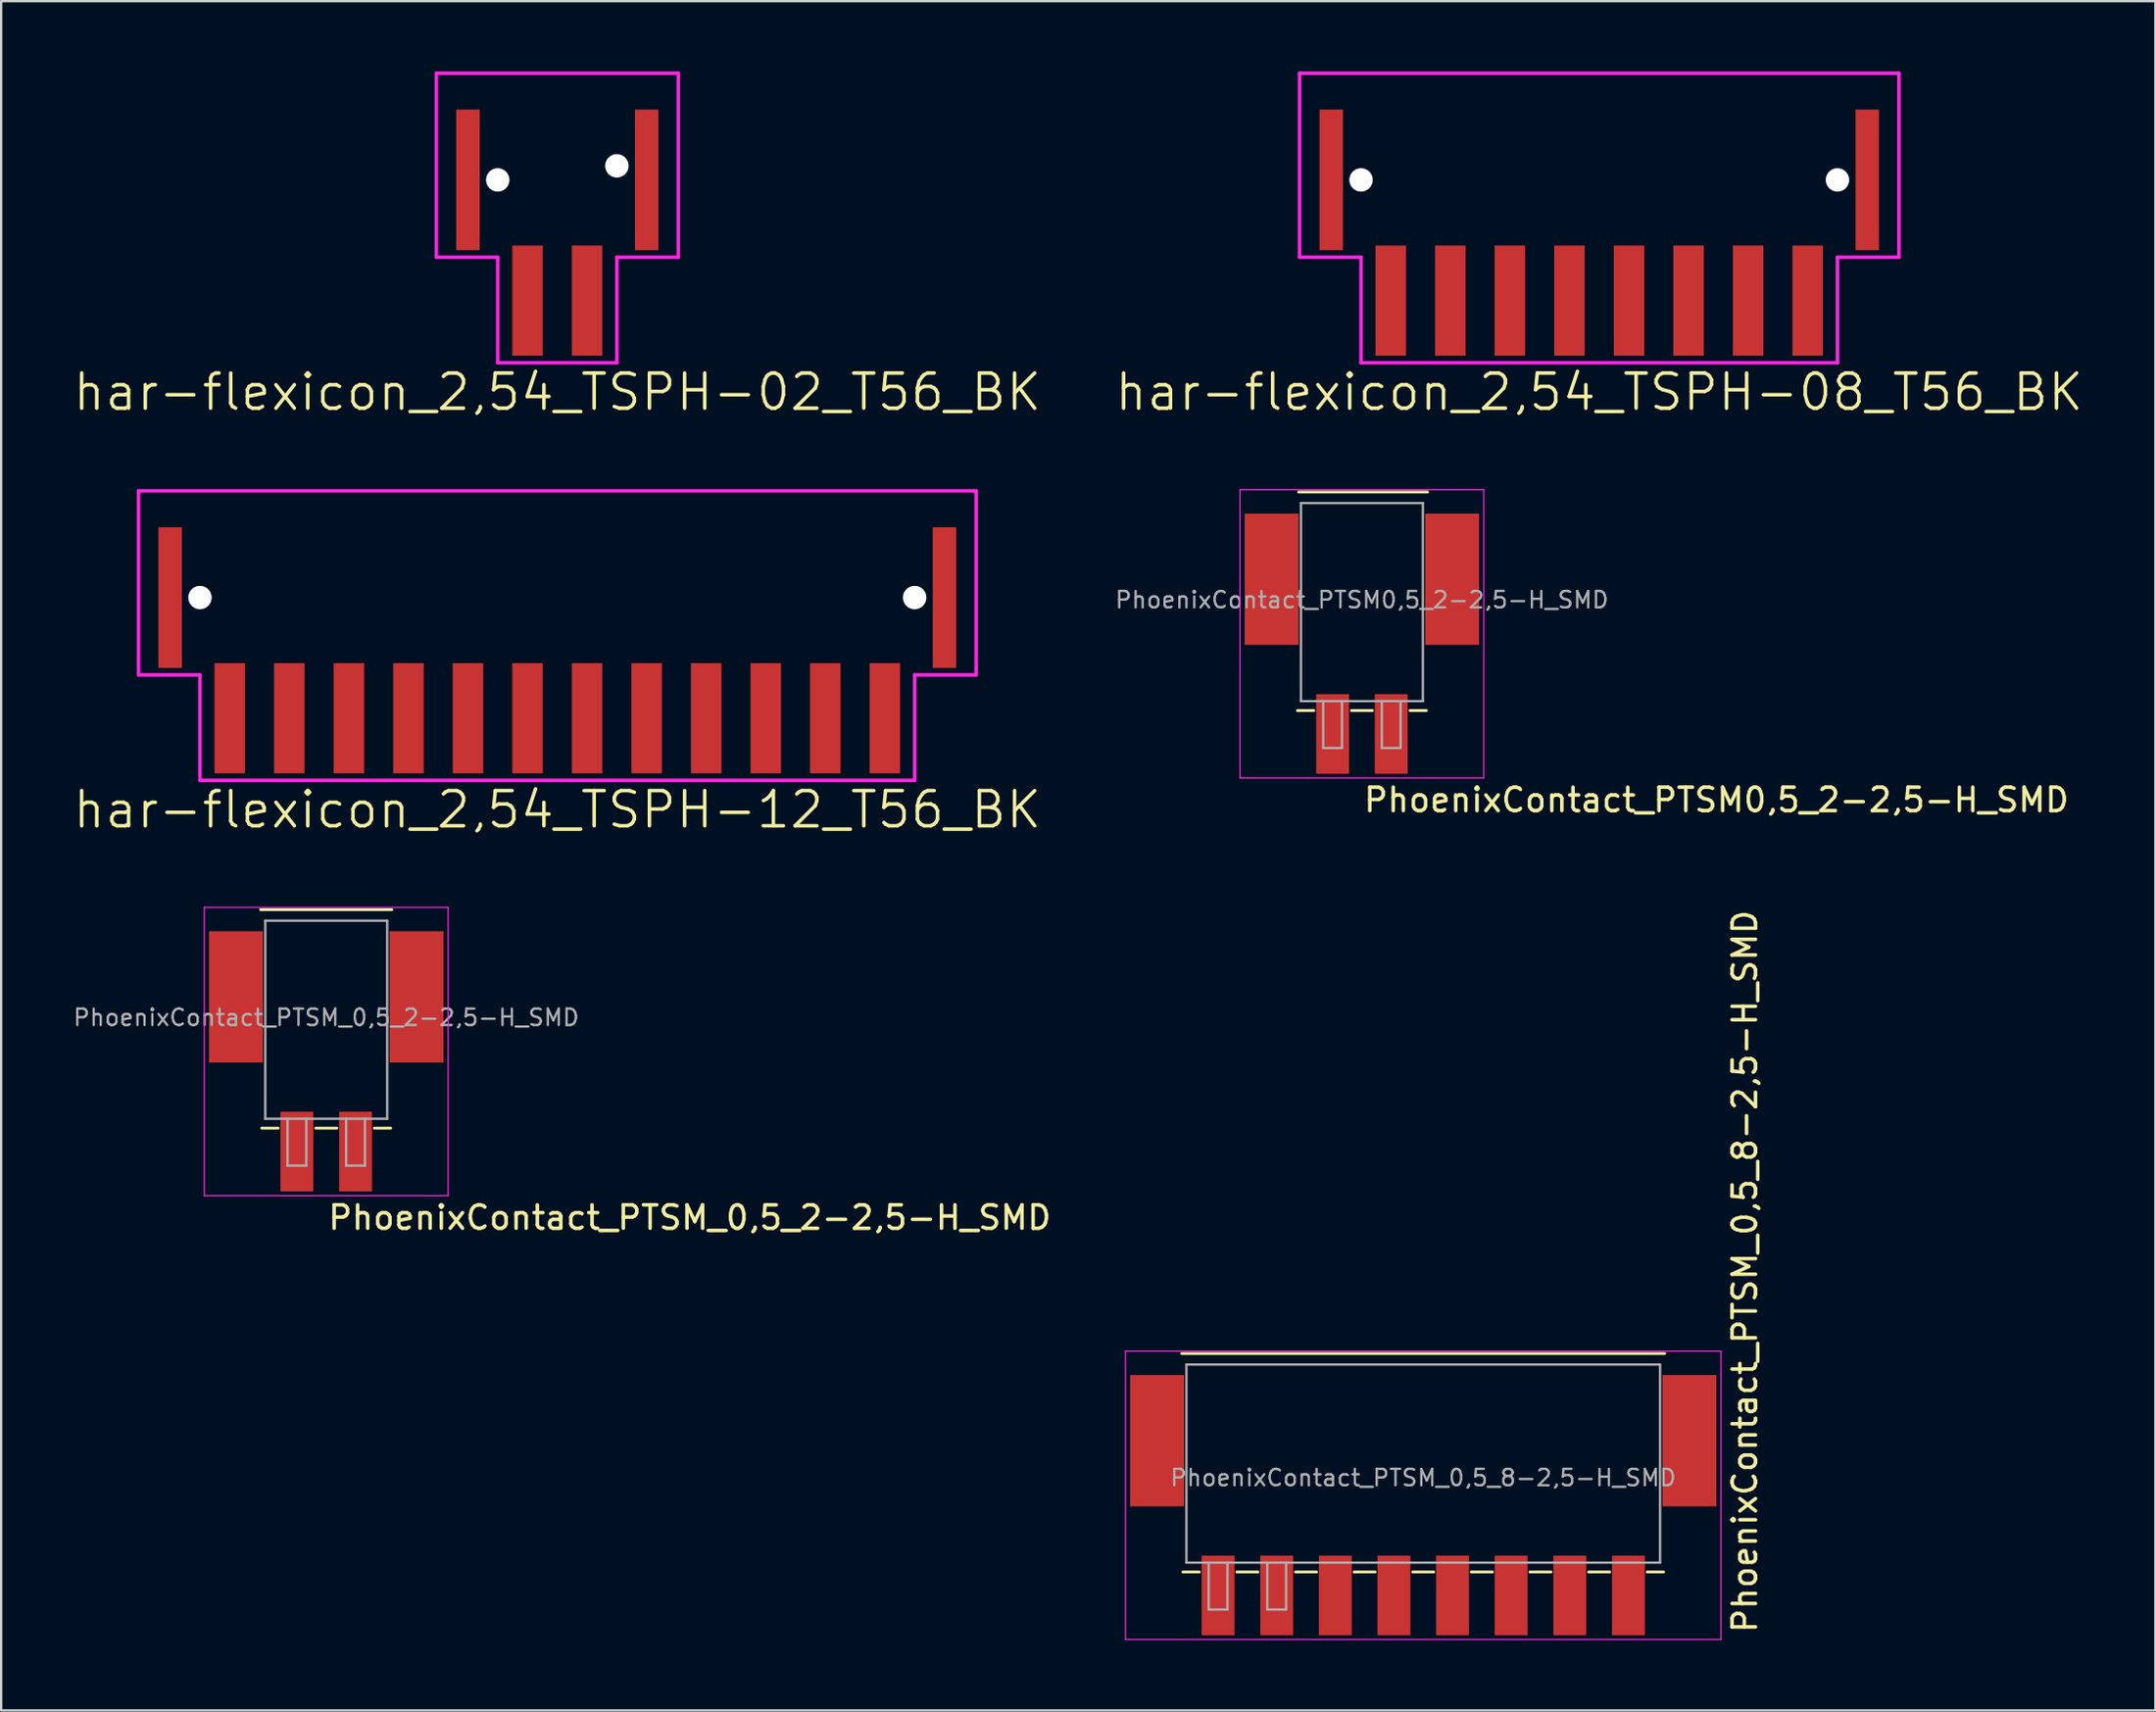
<source format=kicad_pcb>
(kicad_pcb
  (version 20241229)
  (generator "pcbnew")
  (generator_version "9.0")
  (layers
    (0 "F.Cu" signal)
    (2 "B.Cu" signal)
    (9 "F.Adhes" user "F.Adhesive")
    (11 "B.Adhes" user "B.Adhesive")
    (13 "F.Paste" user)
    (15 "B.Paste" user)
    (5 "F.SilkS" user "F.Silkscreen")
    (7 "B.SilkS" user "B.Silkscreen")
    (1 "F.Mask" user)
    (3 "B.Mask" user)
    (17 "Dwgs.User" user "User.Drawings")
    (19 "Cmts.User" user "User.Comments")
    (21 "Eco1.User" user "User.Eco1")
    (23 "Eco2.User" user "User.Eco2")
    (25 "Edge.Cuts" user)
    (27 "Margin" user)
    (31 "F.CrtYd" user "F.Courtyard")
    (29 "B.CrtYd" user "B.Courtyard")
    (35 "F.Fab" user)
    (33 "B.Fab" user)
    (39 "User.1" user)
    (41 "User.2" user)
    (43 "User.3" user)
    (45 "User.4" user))
  (footprint "har-flexicon_2,54_TSPH-02_T56_BK"
    (layer "F.Cu")
    (at 20.718 5.375)
    (property "Reference" "har-flexicon_2,54_TSPH-02_T56_BK" (at 0 8.3 0) (layer "F.SilkS") (effects (font (size 1.5 1.5) (thickness 0.15))))
    (attr through_hole)
    (fp_line (start -5.16 -5.3) (end 5.16 -5.3) (stroke (width 0.15) (type solid)) (layer "F.CrtYd"))
    (fp_line (start -5.16 2.55) (end -5.16 -5.3) (stroke (width 0.15) (type solid)) (layer "F.CrtYd"))
    (fp_line (start -5.16 2.55) (end -2.54 2.55) (stroke (width 0.15) (type solid)) (layer "F.CrtYd"))
    (fp_line (start -2.54 2.55) (end -2.54 7.05) (stroke (width 0.15) (type solid)) (layer "F.CrtYd"))
    (fp_line (start 2.54 2.55) (end 2.54 7.05) (stroke (width 0.15) (type solid)) (layer "F.CrtYd"))
    (fp_line (start 2.54 7.05) (end -2.54 7.05) (stroke (width 0.15) (type solid)) (layer "F.CrtYd"))
    (fp_line (start 5.16 2.55) (end 2.54 2.55) (stroke (width 0.15) (type solid)) (layer "F.CrtYd"))
    (fp_line (start 5.16 2.55) (end 5.16 -5.3) (stroke (width 0.15) (type solid)) (layer "F.CrtYd"))
    (pad "" smd rect (at -3.81 -0.75) (size 1 6) (layers "F.Cu" "F.Mask" "F.Paste"))
    (pad "" np_thru_hole circle (at -2.54 -0.75) (size 1 1) (drill 1) (layers "*.Cu" "*.Mask"))
    (pad "" np_thru_hole circle (at 2.54 -1.35) (size 1 1) (drill 1) (layers "*.Cu" "*.Mask"))
    (pad "" smd rect (at 3.81 -0.75) (size 1 6) (layers "F.Cu" "F.Mask" "F.Paste"))
    (pad "1" smd rect (at -1.27 4.4) (size 1.3 4.7) (layers "F.Cu" "F.Mask" "F.Paste"))
    (pad "2" smd rect (at 1.27 4.4) (size 1.3 4.7) (layers "F.Cu" "F.Mask" "F.Paste")))
  (footprint "har-flexicon_2,54_TSPH-08_T56_BK"
    (layer "F.Cu")
    (at 65.154 5.375)
    (property "Reference" "har-flexicon_2,54_TSPH-08_T56_BK" (at 0 8.3 0) (layer "F.SilkS") (effects (font (size 1.5 1.5) (thickness 0.15))))
    (attr through_hole)
    (fp_line (start -12.78 -5.3) (end 12.78 -5.3) (stroke (width 0.15) (type solid)) (layer "F.CrtYd"))
    (fp_line (start -12.78 2.55) (end -12.78 -5.3) (stroke (width 0.15) (type solid)) (layer "F.CrtYd"))
    (fp_line (start -12.78 2.55) (end -10.16 2.55) (stroke (width 0.15) (type solid)) (layer "F.CrtYd"))
    (fp_line (start -10.16 2.55) (end -10.16 7.05) (stroke (width 0.15) (type solid)) (layer "F.CrtYd"))
    (fp_line (start 10.16 2.55) (end 10.16 7.05) (stroke (width 0.15) (type solid)) (layer "F.CrtYd"))
    (fp_line (start 10.16 7.05) (end -10.16 7.05) (stroke (width 0.15) (type solid)) (layer "F.CrtYd"))
    (fp_line (start 12.78 2.55) (end 10.16 2.55) (stroke (width 0.15) (type solid)) (layer "F.CrtYd"))
    (fp_line (start 12.78 2.55) (end 12.78 -5.3) (stroke (width 0.15) (type solid)) (layer "F.CrtYd"))
    (pad "" smd rect (at -11.43 -0.75) (size 1 6) (layers "F.Cu" "F.Mask" "F.Paste"))
    (pad "" np_thru_hole circle (at -10.16 -0.75) (size 1 1) (drill 1) (layers "*.Cu" "*.Mask"))
    (pad "" np_thru_hole circle (at 10.16 -0.75) (size 1 1) (drill 1) (layers "*.Cu" "*.Mask"))
    (pad "" smd rect (at 11.43 -0.75) (size 1 6) (layers "F.Cu" "F.Mask" "F.Paste"))
    (pad "1" smd rect (at -8.89 4.4) (size 1.3 4.7) (layers "F.Cu" "F.Mask" "F.Paste"))
    (pad "2" smd rect (at -6.35 4.4) (size 1.3 4.7) (layers "F.Cu" "F.Mask" "F.Paste"))
    (pad "3" smd rect (at -3.81 4.4) (size 1.3 4.7) (layers "F.Cu" "F.Mask" "F.Paste"))
    (pad "4" smd rect (at -1.27 4.4) (size 1.3 4.7) (layers "F.Cu" "F.Mask" "F.Paste"))
    (pad "5" smd rect (at 1.27 4.4) (size 1.3 4.7) (layers "F.Cu" "F.Mask" "F.Paste"))
    (pad "6" smd rect (at 3.81 4.4) (size 1.3 4.7) (layers "F.Cu" "F.Mask" "F.Paste"))
    (pad "7" smd rect (at 6.35 4.4) (size 1.3 4.7) (layers "F.Cu" "F.Mask" "F.Paste"))
    (pad "8" smd rect (at 8.89 4.4) (size 1.3 4.7) (layers "F.Cu" "F.Mask" "F.Paste")))
  (footprint "PhoenixContact_PTSM_0,5_2-2,5-H_SMD"
    (layer "F.Cu")
    (at 10.863 41.056)
    (property "Reference" "PhoenixContact_PTSM_0,5_2-2,5-H_SMD" (at 0 8.42 0) (layer "F.SilkS") (effects (font (size 1 1) (thickness 0.15)) (justify left bottom)))
    (attr smd)
    (fp_line (start -2.8 -5.3) (end 2.8 -5.3) (stroke (width 0.12) (type solid)) (layer "F.SilkS"))
    (fp_line (start -2.05 4.02) (end -2.75 4.02) (stroke (width 0.12) (type solid)) (layer "F.SilkS"))
    (fp_line (start 0.45 4.02) (end -0.45 4.02) (stroke (width 0.12) (type solid)) (layer "F.SilkS"))
    (fp_line (start 2.75 4.02) (end 2.05 4.02) (stroke (width 0.12) (type solid)) (layer "F.SilkS"))
    (fp_line (start -5.2 -5.4) (end 5.2 -5.4) (stroke (width 0.05) (type solid)) (layer "F.CrtYd"))
    (fp_line (start -5.2 6.9) (end -5.2 -5.4) (stroke (width 0.05) (type solid)) (layer "F.CrtYd"))
    (fp_line (start 5.2 -5.4) (end 5.2 6.9) (stroke (width 0.05) (type solid)) (layer "F.CrtYd"))
    (fp_line (start 5.2 6.9) (end -5.2 6.9) (stroke (width 0.05) (type solid)) (layer "F.CrtYd"))
    (fp_line (start -2.6 -4.83) (end 2.6 -4.83) (stroke (width 0.1) (type solid)) (layer "F.Fab"))
    (fp_line (start -2.6 3.62) (end -2.6 -4.83) (stroke (width 0.1) (type solid)) (layer "F.Fab"))
    (fp_line (start -1.65 3.62) (end -1.65 5.62) (stroke (width 0.1) (type solid)) (layer "F.Fab"))
    (fp_line (start -1.65 5.62) (end -0.85 5.62) (stroke (width 0.1) (type solid)) (layer "F.Fab"))
    (fp_line (start -0.85 3.62) (end -0.85 5.62) (stroke (width 0.1) (type solid)) (layer "F.Fab"))
    (fp_line (start 0.85 5.62) (end 0.85 3.62) (stroke (width 0.1) (type solid)) (layer "F.Fab"))
    (fp_line (start 0.85 5.62) (end 1.65 5.62) (stroke (width 0.1) (type solid)) (layer "F.Fab"))
    (fp_line (start 1.65 5.62) (end 1.65 3.62) (stroke (width 0.1) (type solid)) (layer "F.Fab"))
    (fp_line (start 2.6 3.62) (end -2.6 3.62) (stroke (width 0.1) (type solid)) (layer "F.Fab"))
    (fp_line (start 2.6 3.62) (end 2.6 -4.83) (stroke (width 0.1) (type solid)) (layer "F.Fab"))
    (fp_text user "${REFERENCE}" (at 0 -0.7 0) (layer "F.Fab") (effects (font (size 0.7 0.7) (thickness 0.1))))
    (pad "" smd rect (at -3.85 -1.58 180) (size 2.3 5.6) (layers "F.Cu" "F.Mask" "F.Paste"))
    (pad "" smd rect (at 3.85 -1.58 180) (size 2.3 5.6) (layers "F.Cu" "F.Mask" "F.Paste"))
    (pad "1" smd rect (at -1.25 5.02 180) (size 1.4 3.4) (layers "F.Cu" "F.Mask" "F.Paste"))
    (pad "2" smd rect (at 1.25 5.02 180) (size 1.4 3.4) (layers "F.Cu" "F.Mask" "F.Paste")))
  (footprint "PhoenixContact_PTSM0,5_2-2,5-H_SMD"
    (layer "F.Cu")
    (at 55.032 23.241)
    (property "Reference" "PhoenixContact_PTSM0,5_2-2,5-H_SMD" (at 0 8.42 0) (layer "F.SilkS") (effects (font (size 1 1) (thickness 0.15)) (justify left bottom)))
    (attr smd)
    (fp_line (start -2.7 -5.3) (end 2.8 -5.3) (stroke (width 0.12) (type solid)) (layer "F.SilkS"))
    (fp_line (start -2.05 4.02) (end -2.75 4.02) (stroke (width 0.12) (type solid)) (layer "F.SilkS"))
    (fp_line (start 0.45 4.02) (end -0.45 4.02) (stroke (width 0.12) (type solid)) (layer "F.SilkS"))
    (fp_line (start 2.75 4.02) (end 2.05 4.02) (stroke (width 0.12) (type solid)) (layer "F.SilkS"))
    (fp_line (start -5.2 -5.4) (end 5.2 -5.4) (stroke (width 0.05) (type solid)) (layer "F.CrtYd"))
    (fp_line (start -5.2 6.9) (end -5.2 -5.4) (stroke (width 0.05) (type solid)) (layer "F.CrtYd"))
    (fp_line (start 5.2 -5.4) (end 5.2 6.9) (stroke (width 0.05) (type solid)) (layer "F.CrtYd"))
    (fp_line (start 5.2 6.9) (end -5.2 6.9) (stroke (width 0.05) (type solid)) (layer "F.CrtYd"))
    (fp_line (start -2.6 -4.83) (end 2.6 -4.83) (stroke (width 0.1) (type solid)) (layer "F.Fab"))
    (fp_line (start -2.6 3.62) (end -2.6 -4.83) (stroke (width 0.1) (type solid)) (layer "F.Fab"))
    (fp_line (start -1.65 3.62) (end -1.65 5.62) (stroke (width 0.1) (type solid)) (layer "F.Fab"))
    (fp_line (start -1.65 5.62) (end -0.85 5.62) (stroke (width 0.1) (type solid)) (layer "F.Fab"))
    (fp_line (start -0.85 3.62) (end -0.85 5.62) (stroke (width 0.1) (type solid)) (layer "F.Fab"))
    (fp_line (start 0.85 5.62) (end 0.85 3.62) (stroke (width 0.1) (type solid)) (layer "F.Fab"))
    (fp_line (start 0.85 5.62) (end 1.65 5.62) (stroke (width 0.1) (type solid)) (layer "F.Fab"))
    (fp_line (start 1.65 5.62) (end 1.65 3.62) (stroke (width 0.1) (type solid)) (layer "F.Fab"))
    (fp_line (start 2.6 3.62) (end -2.6 3.62) (stroke (width 0.1) (type solid)) (layer "F.Fab"))
    (fp_line (start 2.6 3.62) (end 2.6 -4.83) (stroke (width 0.1) (type solid)) (layer "F.Fab"))
    (fp_text user "${REFERENCE}" (at 0 -0.7 0) (layer "F.Fab") (effects (font (size 0.7 0.7) (thickness 0.1))))
    (pad "" smd rect (at -3.85 -1.58 180) (size 2.3 5.6) (layers "F.Cu" "F.Mask" "F.Paste"))
    (pad "" smd rect (at 3.85 -1.58 180) (size 2.3 5.6) (layers "F.Cu" "F.Mask" "F.Paste"))
    (pad "1" smd rect (at -1.25 5.02 180) (size 1.4 3.4) (layers "F.Cu" "F.Mask" "F.Paste"))
    (pad "2" smd rect (at 1.25 5.02 180) (size 1.4 3.4) (layers "F.Cu" "F.Mask" "F.Paste")))
  (footprint "PhoenixContact_PTSM_0,5_8-2,5-H_SMD"
    (layer "F.Cu")
    (at 57.648 59.991)
    (property "Reference" "PhoenixContact_PTSM_0,5_8-2,5-H_SMD" (at 14.3 6.7 90) (layer "F.SilkS") (effects (font (size 1 1) (thickness 0.15)) (justify left bottom)))
    (attr smd)
    (fp_line (start -10.3 -5.3) (end 10.3 -5.3) (stroke (width 0.12) (type solid)) (layer "F.SilkS"))
    (fp_line (start -9.55 4.02) (end -10.25 4.02) (stroke (width 0.12) (type solid)) (layer "F.SilkS"))
    (fp_line (start -7.05 4.02) (end -7.95 4.02) (stroke (width 0.12) (type solid)) (layer "F.SilkS"))
    (fp_line (start -4.55 4.02) (end -5.45 4.02) (stroke (width 0.12) (type solid)) (layer "F.SilkS"))
    (fp_line (start -2.05 4.02) (end -2.95 4.02) (stroke (width 0.12) (type solid)) (layer "F.SilkS"))
    (fp_line (start 0.45 4.02) (end -0.45 4.02) (stroke (width 0.12) (type solid)) (layer "F.SilkS"))
    (fp_line (start 2.95 4.02) (end 2.05 4.02) (stroke (width 0.12) (type solid)) (layer "F.SilkS"))
    (fp_line (start 5.45 4.02) (end 4.55 4.02) (stroke (width 0.12) (type solid)) (layer "F.SilkS"))
    (fp_line (start 7.95 4.02) (end 7.05 4.02) (stroke (width 0.12) (type solid)) (layer "F.SilkS"))
    (fp_line (start 10.25 4.02) (end 9.55 4.02) (stroke (width 0.12) (type solid)) (layer "F.SilkS"))
    (fp_line (start -12.7 -5.4) (end 12.7 -5.4) (stroke (width 0.05) (type solid)) (layer "F.CrtYd"))
    (fp_line (start -12.7 6.9) (end -12.7 -5.4) (stroke (width 0.05) (type solid)) (layer "F.CrtYd"))
    (fp_line (start 12.7 -5.4) (end 12.7 6.9) (stroke (width 0.05) (type solid)) (layer "F.CrtYd"))
    (fp_line (start 12.7 6.9) (end -12.7 6.9) (stroke (width 0.05) (type solid)) (layer "F.CrtYd"))
    (fp_line (start -10.1 -4.83) (end 10.1 -4.83) (stroke (width 0.1) (type solid)) (layer "F.Fab"))
    (fp_line (start -10.1 3.62) (end -10.1 -4.83) (stroke (width 0.1) (type solid)) (layer "F.Fab"))
    (fp_line (start -9.15 3.62) (end -9.15 5.62) (stroke (width 0.1) (type solid)) (layer "F.Fab"))
    (fp_line (start -9.15 5.62) (end -8.35 5.62) (stroke (width 0.1) (type solid)) (layer "F.Fab"))
    (fp_line (start -8.35 3.62) (end -8.35 5.62) (stroke (width 0.1) (type solid)) (layer "F.Fab"))
    (fp_line (start -6.65 5.62) (end -6.65 3.62) (stroke (width 0.1) (type solid)) (layer "F.Fab"))
    (fp_line (start -6.65 5.62) (end -5.85 5.62) (stroke (width 0.1) (type solid)) (layer "F.Fab"))
    (fp_line (start -5.85 5.62) (end -5.85 3.62) (stroke (width 0.1) (type solid)) (layer "F.Fab"))
    (fp_line (start 10.1 3.62) (end -10.1 3.62) (stroke (width 0.1) (type solid)) (layer "F.Fab"))
    (fp_line (start 10.1 3.62) (end 10.1 -4.83) (stroke (width 0.1) (type solid)) (layer "F.Fab"))
    (fp_text user "${REFERENCE}" (at 0 0 0) (layer "F.Fab") (effects (font (size 0.7 0.7) (thickness 0.1))))
    (pad "" smd rect (at -11.35 -1.58 180) (size 2.3 5.6) (layers "F.Cu" "F.Mask" "F.Paste"))
    (pad "" smd rect (at 11.35 -1.58 180) (size 2.3 5.6) (layers "F.Cu" "F.Mask" "F.Paste"))
    (pad "1" smd rect (at -8.75 5.02 180) (size 1.4 3.4) (layers "F.Cu" "F.Mask" "F.Paste"))
    (pad "2" smd rect (at -6.25 5.02 180) (size 1.4 3.4) (layers "F.Cu" "F.Mask" "F.Paste"))
    (pad "3" smd rect (at -3.75 5.02 180) (size 1.4 3.4) (layers "F.Cu" "F.Mask" "F.Paste"))
    (pad "4" smd rect (at -1.25 5.02 180) (size 1.4 3.4) (layers "F.Cu" "F.Mask" "F.Paste"))
    (pad "5" smd rect (at 1.25 5.02 180) (size 1.4 3.4) (layers "F.Cu" "F.Mask" "F.Paste"))
    (pad "6" smd rect (at 3.75 5.02 180) (size 1.4 3.4) (layers "F.Cu" "F.Mask" "F.Paste"))
    (pad "7" smd rect (at 6.25 5.02 180) (size 1.4 3.4) (layers "F.Cu" "F.Mask" "F.Paste"))
    (pad "8" smd rect (at 8.75 5.02 180) (size 1.4 3.4) (layers "F.Cu" "F.Mask" "F.Paste")))
  (footprint "har-flexicon_2,54_TSPH-12_T56_BK"
    (layer "F.Cu")
    (at 20.718 23.191)
    (property "Reference" "har-flexicon_2,54_TSPH-12_T56_BK" (at 0 8.3 0) (layer "F.SilkS") (effects (font (size 1.5 1.5) (thickness 0.15))))
    (attr through_hole)
    (fp_line (start -17.86 -5.3) (end 17.86 -5.3) (stroke (width 0.15) (type solid)) (layer "F.CrtYd"))
    (fp_line (start -17.86 2.55) (end -17.86 -5.3) (stroke (width 0.15) (type solid)) (layer "F.CrtYd"))
    (fp_line (start -17.86 2.55) (end -15.24 2.55) (stroke (width 0.15) (type solid)) (layer "F.CrtYd"))
    (fp_line (start -15.24 2.55) (end -15.24 7.05) (stroke (width 0.15) (type solid)) (layer "F.CrtYd"))
    (fp_line (start 15.24 2.55) (end 15.24 7.05) (stroke (width 0.15) (type solid)) (layer "F.CrtYd"))
    (fp_line (start 15.24 7.05) (end -15.24 7.05) (stroke (width 0.15) (type solid)) (layer "F.CrtYd"))
    (fp_line (start 17.86 2.55) (end 15.24 2.55) (stroke (width 0.15) (type solid)) (layer "F.CrtYd"))
    (fp_line (start 17.86 2.55) (end 17.86 -5.3) (stroke (width 0.15) (type solid)) (layer "F.CrtYd"))
    (pad "" smd rect (at -16.51 -0.75) (size 1 6) (layers "F.Cu" "F.Mask" "F.Paste"))
    (pad "" np_thru_hole circle (at -15.24 -0.75) (size 1 1) (drill 1) (layers "*.Cu" "*.Mask"))
    (pad "" np_thru_hole circle (at 15.24 -0.75) (size 1 1) (drill 1) (layers "*.Cu" "*.Mask"))
    (pad "" smd rect (at 16.51 -0.75) (size 1 6) (layers "F.Cu" "F.Mask" "F.Paste"))
    (pad "1" smd rect (at -13.97 4.4) (size 1.3 4.7) (layers "F.Cu" "F.Mask" "F.Paste"))
    (pad "2" smd rect (at -11.43 4.4) (size 1.3 4.7) (layers "F.Cu" "F.Mask" "F.Paste"))
    (pad "3" smd rect (at -8.89 4.4) (size 1.3 4.7) (layers "F.Cu" "F.Mask" "F.Paste"))
    (pad "4" smd rect (at -6.35 4.4) (size 1.3 4.7) (layers "F.Cu" "F.Mask" "F.Paste"))
    (pad "5" smd rect (at -3.81 4.4) (size 1.3 4.7) (layers "F.Cu" "F.Mask" "F.Paste"))
    (pad "6" smd rect (at -1.27 4.4) (size 1.3 4.7) (layers "F.Cu" "F.Mask" "F.Paste"))
    (pad "7" smd rect (at 1.27 4.4) (size 1.3 4.7) (layers "F.Cu" "F.Mask" "F.Paste"))
    (pad "8" smd rect (at 3.81 4.4) (size 1.3 4.7) (layers "F.Cu" "F.Mask" "F.Paste"))
    (pad "9" smd rect (at 6.35 4.4) (size 1.3 4.7) (layers "F.Cu" "F.Mask" "F.Paste"))
    (pad "10" smd rect (at 8.89 4.4) (size 1.3 4.7) (layers "F.Cu" "F.Mask" "F.Paste"))
    (pad "11" smd rect (at 11.43 4.4) (size 1.3 4.7) (layers "F.Cu" "F.Mask" "F.Paste"))
    (pad "12" smd rect (at 13.97 4.4) (size 1.3 4.7) (layers "F.Cu" "F.Mask" "F.Paste")))
  (gr_rect
    (start -3 -3)
    (end 88.871 69.916)
    (stroke (width 0.1) (type default))
    (fill no)
    (layer "Edge.Cuts")))
</source>
